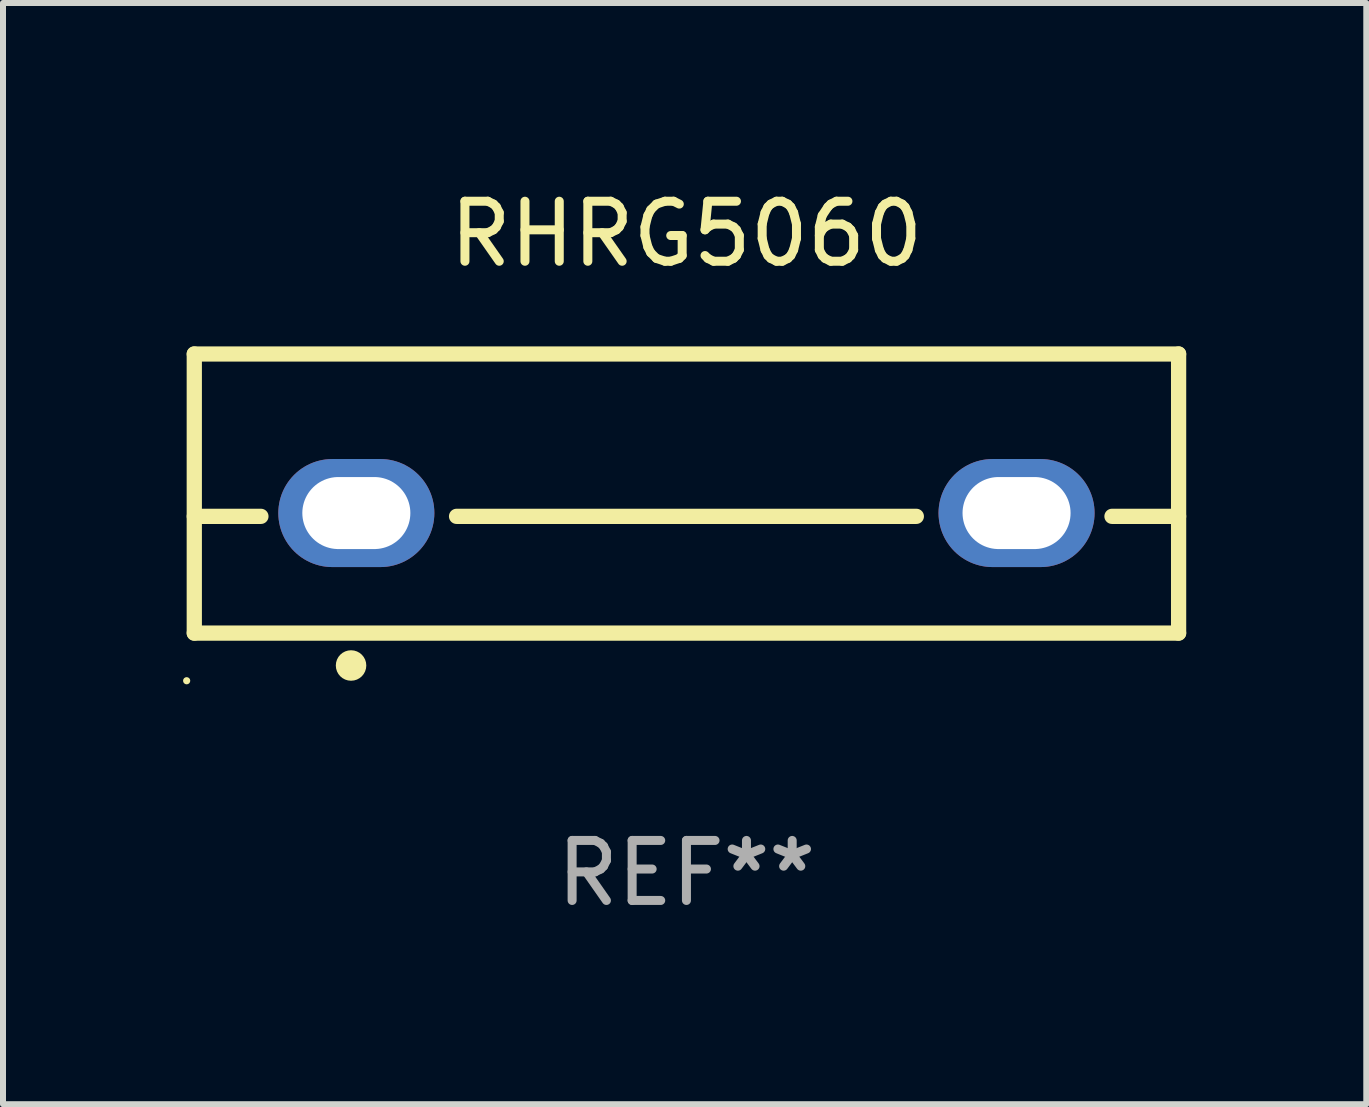
<source format=kicad_pcb>
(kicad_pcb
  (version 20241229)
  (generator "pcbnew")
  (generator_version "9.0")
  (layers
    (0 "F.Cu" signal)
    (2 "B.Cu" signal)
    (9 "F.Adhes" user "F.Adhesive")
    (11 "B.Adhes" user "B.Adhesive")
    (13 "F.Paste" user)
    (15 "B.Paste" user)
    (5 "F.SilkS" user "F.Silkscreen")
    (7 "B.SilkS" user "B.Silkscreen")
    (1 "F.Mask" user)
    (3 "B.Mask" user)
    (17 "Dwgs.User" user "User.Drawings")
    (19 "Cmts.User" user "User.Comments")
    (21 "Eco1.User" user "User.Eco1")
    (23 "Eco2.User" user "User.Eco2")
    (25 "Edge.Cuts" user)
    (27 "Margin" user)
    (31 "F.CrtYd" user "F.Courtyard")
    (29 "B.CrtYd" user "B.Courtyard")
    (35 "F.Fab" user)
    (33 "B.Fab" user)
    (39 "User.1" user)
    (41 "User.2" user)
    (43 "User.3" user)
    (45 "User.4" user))
  (footprint "RHRG5060"
    (layer "F.Cu")
    (at 8.387 5.173)
    (property "Reference" "RHRG5060" (at 0 -4.325 0) (layer "F.SilkS") (effects (font (size 1 1) (thickness 0.15))))
    (attr through_hole)
    (fp_line (start -8.2 -2.325) (end -8.2 2.325) (stroke (width 0.254) (type solid)) (layer "F.SilkS"))
    (fp_line (start -8.2 -2.325) (end 8.2 -2.325) (stroke (width 0.254) (type solid)) (layer "F.SilkS"))
    (fp_line (start -8.2 0.38) (end -7.09 0.38) (stroke (width 0.254) (type solid)) (layer "F.SilkS"))
    (fp_line (start -8.2 2.325) (end 8.2 2.325) (stroke (width 0.254) (type solid)) (layer "F.SilkS"))
    (fp_line (start -3.83 0.38) (end 3.83 0.38) (stroke (width 0.254) (type solid)) (layer "F.SilkS"))
    (fp_line (start 7.09 0.38) (end 8.2 0.38) (stroke (width 0.254) (type solid)) (layer "F.SilkS"))
    (fp_line (start 8.2 -2.325) (end 8.2 2.325) (stroke (width 0.254) (type solid)) (layer "F.SilkS"))
    (fp_circle (center -8.327 3.119) (end -8.297 3.119) (stroke (width 0.06) (type solid)) (fill no) (layer "F.SilkS"))
    (fp_circle (center -5.588 2.865) (end -5.461 2.865) (stroke (width 0.254) (type solid)) (fill no) (layer "F.SilkS"))
    (fp_text user "REF**" (at 0 6.325 0) (layer "F.Fab") (effects (font (size 1 1) (thickness 0.15))))
    (pad "1" thru_hole oval (at -5.5 0.325) (size 2.6 1.8) (drill oval 1.8 1.2) (layers "*.Cu" "*.Mask"))
    (pad "3" thru_hole oval (at 5.5 0.325) (size 2.6 1.8) (drill oval 1.8 1.2) (layers "*.Cu" "*.Mask")))
  (gr_rect
    (start -3 -3)
    (end 19.714 15.347)
    (stroke (width 0.1) (type default))
    (fill no)
    (layer "Edge.Cuts")))
</source>
